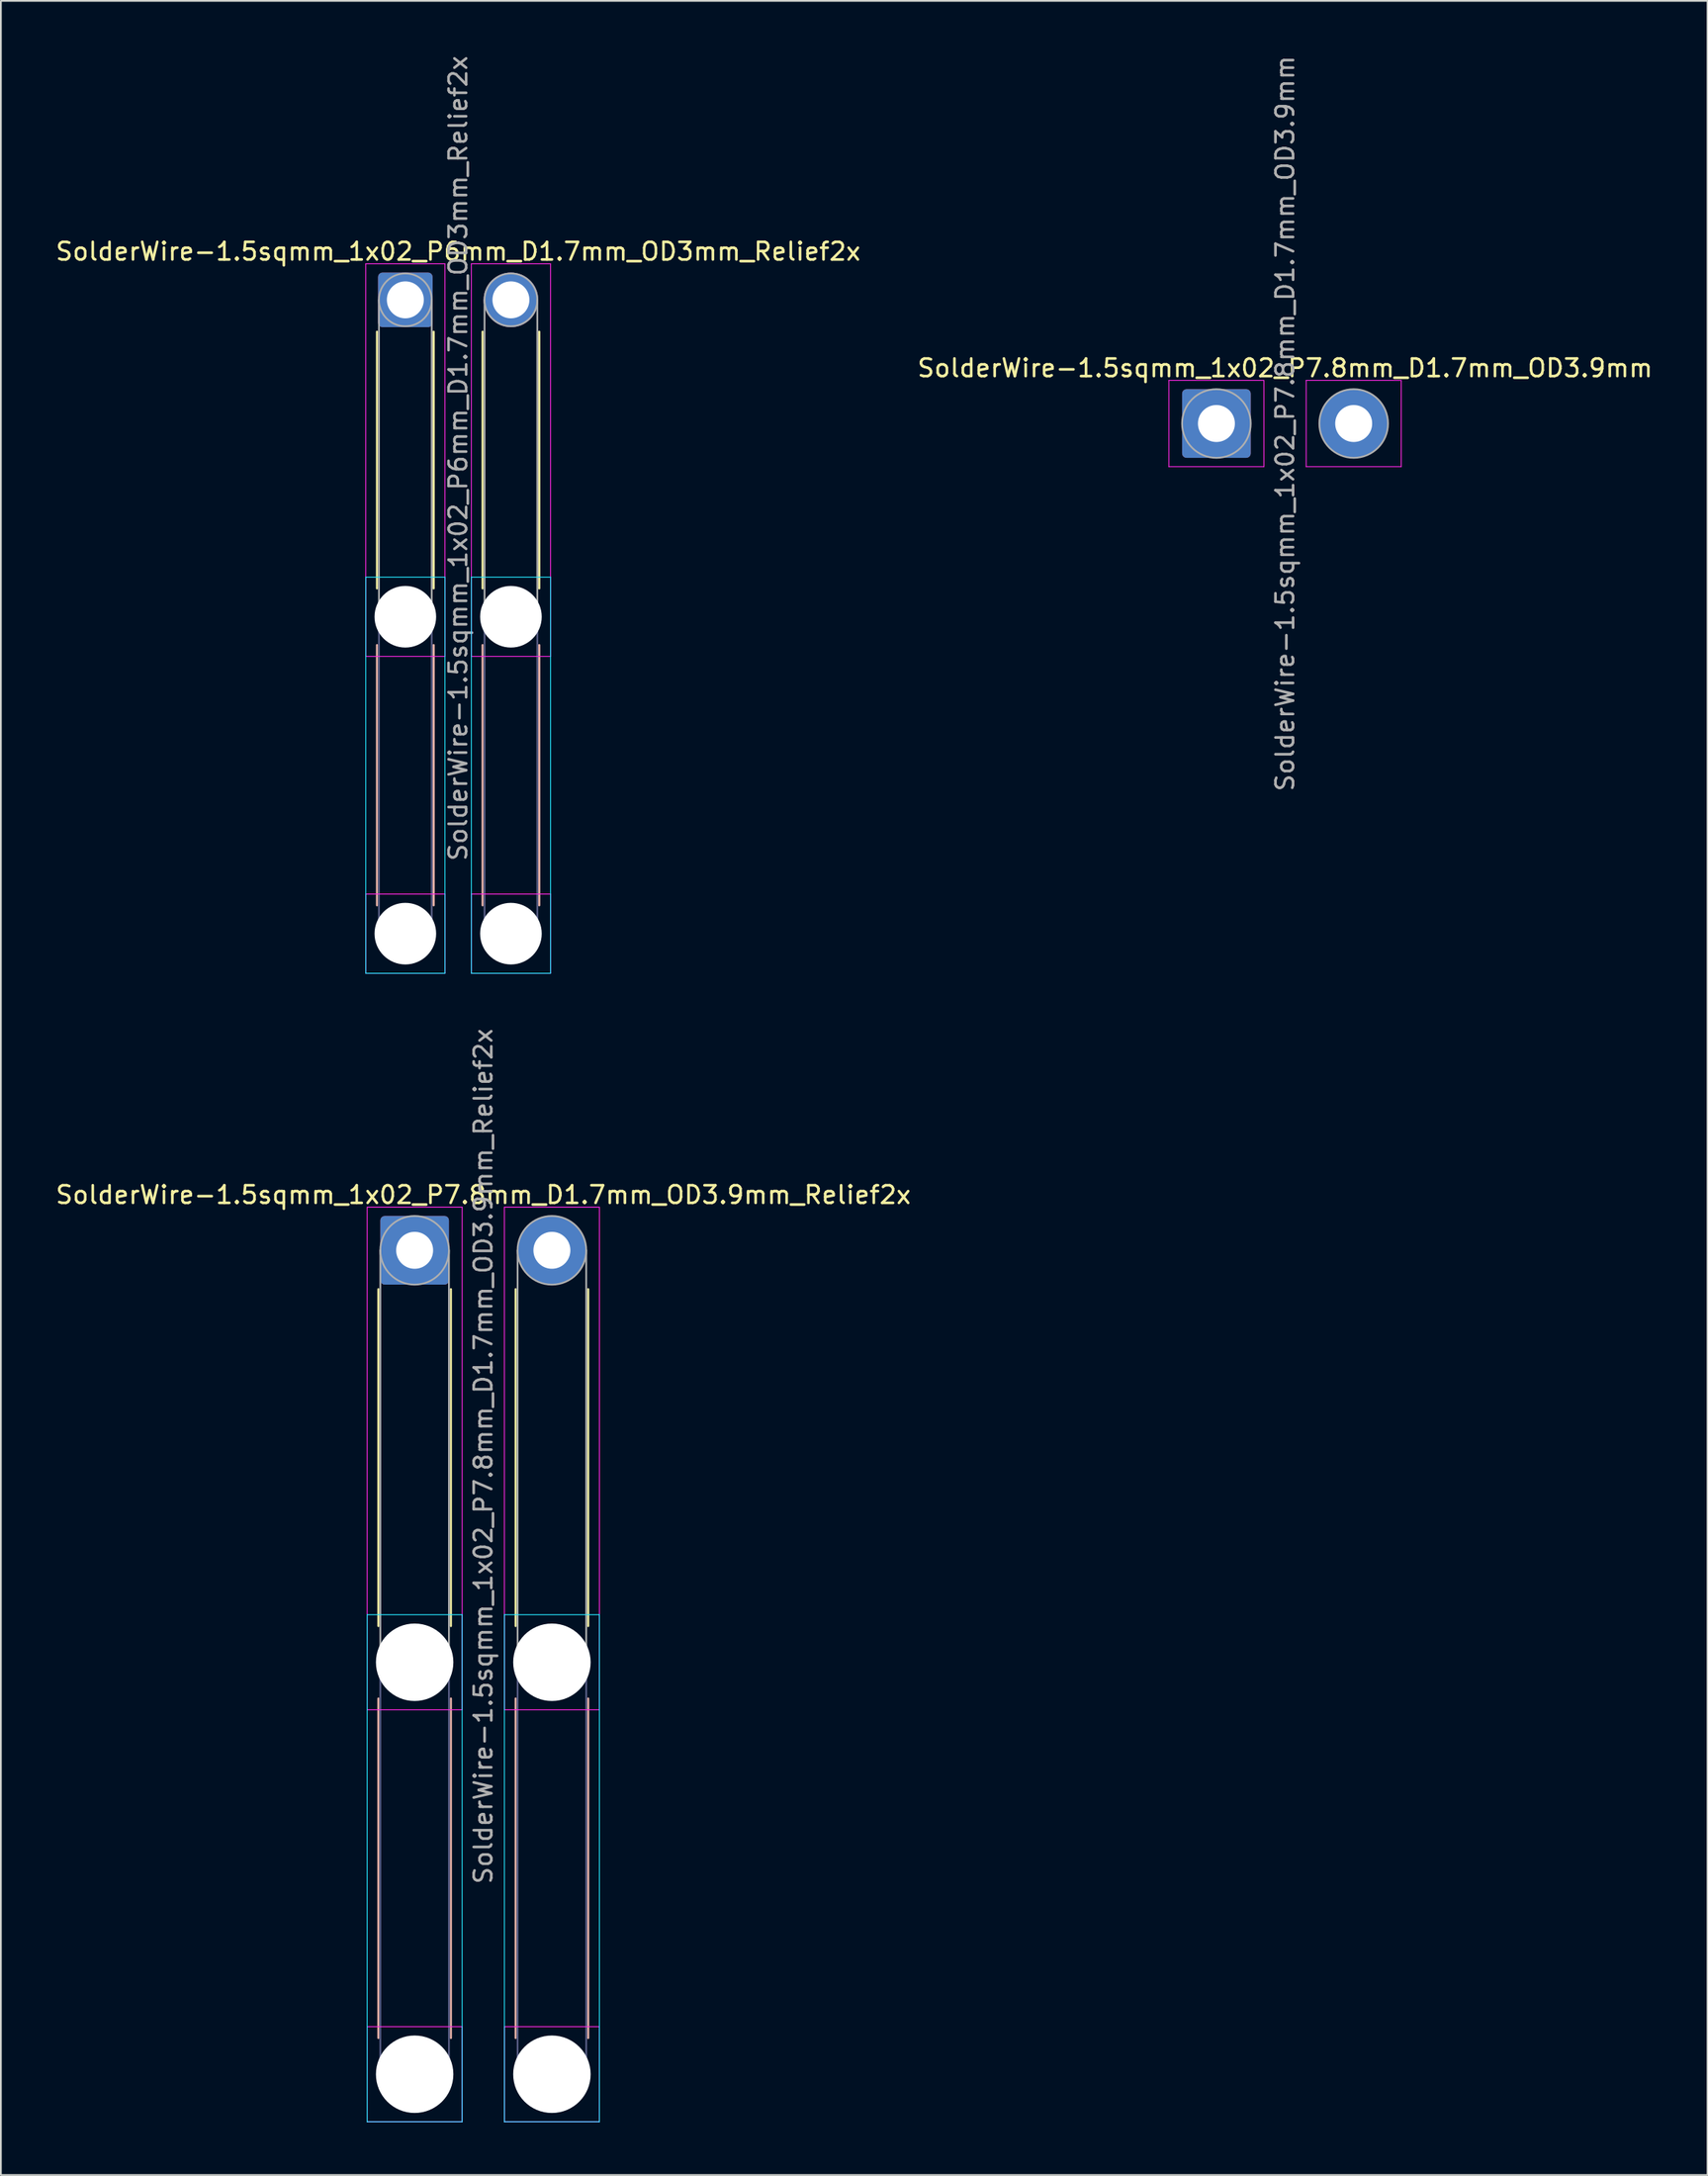
<source format=kicad_pcb>
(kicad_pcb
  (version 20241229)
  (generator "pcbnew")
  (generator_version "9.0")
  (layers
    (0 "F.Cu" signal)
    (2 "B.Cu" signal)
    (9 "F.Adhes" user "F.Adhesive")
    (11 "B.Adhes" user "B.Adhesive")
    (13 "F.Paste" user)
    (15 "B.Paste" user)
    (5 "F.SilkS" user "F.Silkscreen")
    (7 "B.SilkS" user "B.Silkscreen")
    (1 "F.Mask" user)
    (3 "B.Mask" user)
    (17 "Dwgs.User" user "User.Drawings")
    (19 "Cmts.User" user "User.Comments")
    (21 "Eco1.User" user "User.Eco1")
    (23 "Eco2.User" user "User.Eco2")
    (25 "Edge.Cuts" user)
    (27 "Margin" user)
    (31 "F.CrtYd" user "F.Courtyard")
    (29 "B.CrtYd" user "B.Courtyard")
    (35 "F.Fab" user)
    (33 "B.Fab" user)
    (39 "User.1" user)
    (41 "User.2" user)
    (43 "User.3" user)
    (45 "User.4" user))
  (footprint "SolderWire-1.5sqmm_1x02_P7.8mm_D1.7mm_OD3.9mm_Relief2x"
    (layer "F.Cu")
    (at 20.511 67.968)
    (property "Reference" "SolderWire-1.5sqmm_1x02_P7.8mm_D1.7mm_OD3.9mm_Relief2x" (at 3.9 -3.15 0) (layer "F.SilkS") (effects (font (size 1 1) (thickness 0.15))))
    (attr exclude_from_pos_files exclude_from_bom)
    (fp_line (start -2.06 2.21) (end -2.06 21.34) (stroke (width 0.12) (type solid)) (layer "F.SilkS"))
    (fp_line (start 2.06 2.21) (end 2.06 21.34) (stroke (width 0.12) (type solid)) (layer "F.SilkS"))
    (fp_line (start 5.74 2.21) (end 5.74 21.34) (stroke (width 0.12) (type solid)) (layer "F.SilkS"))
    (fp_line (start 9.86 2.21) (end 9.86 21.34) (stroke (width 0.12) (type solid)) (layer "F.SilkS"))
    (fp_line (start -2.06 25.46) (end -2.06 44.74) (stroke (width 0.12) (type solid)) (layer "B.SilkS"))
    (fp_line (start 2.06 25.46) (end 2.06 44.74) (stroke (width 0.12) (type solid)) (layer "B.SilkS"))
    (fp_line (start 5.74 25.46) (end 5.74 44.74) (stroke (width 0.12) (type solid)) (layer "B.SilkS"))
    (fp_line (start 9.86 25.46) (end 9.86 44.74) (stroke (width 0.12) (type solid)) (layer "B.SilkS"))
    (fp_line (start -2.7 20.7) (end -2.7 49.5) (stroke (width 0.05) (type solid)) (layer "B.CrtYd"))
    (fp_line (start -2.7 49.5) (end 2.7 49.5) (stroke (width 0.05) (type solid)) (layer "B.CrtYd"))
    (fp_line (start 2.7 20.7) (end -2.7 20.7) (stroke (width 0.05) (type solid)) (layer "B.CrtYd"))
    (fp_line (start 2.7 49.5) (end 2.7 20.7) (stroke (width 0.05) (type solid)) (layer "B.CrtYd"))
    (fp_line (start 5.1 20.7) (end 5.1 49.5) (stroke (width 0.05) (type solid)) (layer "B.CrtYd"))
    (fp_line (start 5.1 49.5) (end 10.5 49.5) (stroke (width 0.05) (type solid)) (layer "B.CrtYd"))
    (fp_line (start 10.5 20.7) (end 5.1 20.7) (stroke (width 0.05) (type solid)) (layer "B.CrtYd"))
    (fp_line (start 10.5 49.5) (end 10.5 20.7) (stroke (width 0.05) (type solid)) (layer "B.CrtYd"))
    (fp_line (start -2.7 -2.45) (end -2.7 26.1) (stroke (width 0.05) (type solid)) (layer "F.CrtYd"))
    (fp_line (start -2.7 26.1) (end 2.7 26.1) (stroke (width 0.05) (type solid)) (layer "F.CrtYd"))
    (fp_line (start -2.7 44.1) (end -2.7 49.5) (stroke (width 0.05) (type solid)) (layer "F.CrtYd"))
    (fp_line (start -2.7 49.5) (end 2.7 49.5) (stroke (width 0.05) (type solid)) (layer "F.CrtYd"))
    (fp_line (start 2.7 -2.45) (end -2.7 -2.45) (stroke (width 0.05) (type solid)) (layer "F.CrtYd"))
    (fp_line (start 2.7 26.1) (end 2.7 -2.45) (stroke (width 0.05) (type solid)) (layer "F.CrtYd"))
    (fp_line (start 2.7 44.1) (end -2.7 44.1) (stroke (width 0.05) (type solid)) (layer "F.CrtYd"))
    (fp_line (start 2.7 49.5) (end 2.7 44.1) (stroke (width 0.05) (type solid)) (layer "F.CrtYd"))
    (fp_line (start 5.1 -2.45) (end 5.1 26.1) (stroke (width 0.05) (type solid)) (layer "F.CrtYd"))
    (fp_line (start 5.1 26.1) (end 10.5 26.1) (stroke (width 0.05) (type solid)) (layer "F.CrtYd"))
    (fp_line (start 5.1 44.1) (end 5.1 49.5) (stroke (width 0.05) (type solid)) (layer "F.CrtYd"))
    (fp_line (start 5.1 49.5) (end 10.5 49.5) (stroke (width 0.05) (type solid)) (layer "F.CrtYd"))
    (fp_line (start 10.5 -2.45) (end 5.1 -2.45) (stroke (width 0.05) (type solid)) (layer "F.CrtYd"))
    (fp_line (start 10.5 26.1) (end 10.5 -2.45) (stroke (width 0.05) (type solid)) (layer "F.CrtYd"))
    (fp_line (start 10.5 44.1) (end 5.1 44.1) (stroke (width 0.05) (type solid)) (layer "F.CrtYd"))
    (fp_line (start 10.5 49.5) (end 10.5 44.1) (stroke (width 0.05) (type solid)) (layer "F.CrtYd"))
    (fp_line (start -1.95 23.4) (end -1.95 46.8) (stroke (width 0.1) (type solid)) (layer "B.Fab"))
    (fp_line (start 1.95 23.4) (end 1.95 46.8) (stroke (width 0.1) (type solid)) (layer "B.Fab"))
    (fp_line (start 5.85 23.4) (end 5.85 46.8) (stroke (width 0.1) (type solid)) (layer "B.Fab"))
    (fp_line (start 9.75 23.4) (end 9.75 46.8) (stroke (width 0.1) (type solid)) (layer "B.Fab"))
    (fp_circle (center 0 23.4) (end 1.95 23.4) (stroke (width 0.1) (type solid)) (fill no) (layer "B.Fab"))
    (fp_circle (center 0 46.8) (end 1.95 46.8) (stroke (width 0.1) (type solid)) (fill no) (layer "B.Fab"))
    (fp_circle (center 7.8 23.4) (end 9.75 23.4) (stroke (width 0.1) (type solid)) (fill no) (layer "B.Fab"))
    (fp_circle (center 7.8 46.8) (end 9.75 46.8) (stroke (width 0.1) (type solid)) (fill no) (layer "B.Fab"))
    (fp_line (start -1.95 0) (end -1.95 23.4) (stroke (width 0.1) (type solid)) (layer "F.Fab"))
    (fp_line (start 1.95 0) (end 1.95 23.4) (stroke (width 0.1) (type solid)) (layer "F.Fab"))
    (fp_line (start 5.85 0) (end 5.85 23.4) (stroke (width 0.1) (type solid)) (layer "F.Fab"))
    (fp_line (start 9.75 0) (end 9.75 23.4) (stroke (width 0.1) (type solid)) (layer "F.Fab"))
    (fp_circle (center 0 0) (end 1.95 0) (stroke (width 0.1) (type solid)) (fill no) (layer "F.Fab"))
    (fp_circle (center 0 23.4) (end 1.95 23.4) (stroke (width 0.1) (type solid)) (fill no) (layer "F.Fab"))
    (fp_circle (center 0 46.8) (end 1.95 46.8) (stroke (width 0.1) (type solid)) (fill no) (layer "F.Fab"))
    (fp_circle (center 7.8 0) (end 9.75 0) (stroke (width 0.1) (type solid)) (fill no) (layer "F.Fab"))
    (fp_circle (center 7.8 23.4) (end 9.75 23.4) (stroke (width 0.1) (type solid)) (fill no) (layer "F.Fab"))
    (fp_circle (center 7.8 46.8) (end 9.75 46.8) (stroke (width 0.1) (type solid)) (fill no) (layer "F.Fab"))
    (fp_text user "${REFERENCE}" (at 3.9 11.7 90) (layer "F.Fab") (effects (font (size 1 1) (thickness 0.15))))
    (pad "" np_thru_hole circle (at 0 23.4) (size 4.4 4.4) (drill 4.4) (layers "*.Cu" "*.Mask"))
    (pad "" np_thru_hole circle (at 0 46.8) (size 4.4 4.4) (drill 4.4) (layers "*.Cu" "*.Mask"))
    (pad "" np_thru_hole circle (at 7.8 23.4) (size 4.4 4.4) (drill 4.4) (layers "*.Cu" "*.Mask"))
    (pad "" np_thru_hole circle (at 7.8 46.8) (size 4.4 4.4) (drill 4.4) (layers "*.Cu" "*.Mask"))
    (pad "1" thru_hole roundrect (at 0 0) (size 3.9 3.9) (drill 2.1) (layers "*.Cu" "*.Mask") (roundrect_rratio 0.064))
    (pad "2" thru_hole circle (at 7.8 0) (size 3.9 3.9) (drill 2.1) (layers "*.Cu" "*.Mask")))
  (footprint "SolderWire-1.5sqmm_1x02_P6mm_D1.7mm_OD3mm_Relief2x"
    (layer "F.Cu")
    (at 19.982 13.982)
    (property "Reference" "SolderWire-1.5sqmm_1x02_P6mm_D1.7mm_OD3mm_Relief2x" (at 3 -2.75 0) (layer "F.SilkS") (effects (font (size 1 1) (thickness 0.15))))
    (attr exclude_from_pos_files exclude_from_bom)
    (fp_line (start -1.61 1.81) (end -1.61 16.39) (stroke (width 0.12) (type solid)) (layer "F.SilkS"))
    (fp_line (start 1.61 1.81) (end 1.61 16.39) (stroke (width 0.12) (type solid)) (layer "F.SilkS"))
    (fp_line (start 4.39 1.81) (end 4.39 16.39) (stroke (width 0.12) (type solid)) (layer "F.SilkS"))
    (fp_line (start 7.61 1.81) (end 7.61 16.39) (stroke (width 0.12) (type solid)) (layer "F.SilkS"))
    (fp_line (start -1.61 19.61) (end -1.61 34.39) (stroke (width 0.12) (type solid)) (layer "B.SilkS"))
    (fp_line (start 1.61 19.61) (end 1.61 34.39) (stroke (width 0.12) (type solid)) (layer "B.SilkS"))
    (fp_line (start 4.39 19.61) (end 4.39 34.39) (stroke (width 0.12) (type solid)) (layer "B.SilkS"))
    (fp_line (start 7.61 19.61) (end 7.61 34.39) (stroke (width 0.12) (type solid)) (layer "B.SilkS"))
    (fp_line (start -2.25 15.75) (end -2.25 38.25) (stroke (width 0.05) (type solid)) (layer "B.CrtYd"))
    (fp_line (start -2.25 38.25) (end 2.25 38.25) (stroke (width 0.05) (type solid)) (layer "B.CrtYd"))
    (fp_line (start 2.25 15.75) (end -2.25 15.75) (stroke (width 0.05) (type solid)) (layer "B.CrtYd"))
    (fp_line (start 2.25 38.25) (end 2.25 15.75) (stroke (width 0.05) (type solid)) (layer "B.CrtYd"))
    (fp_line (start 3.75 15.75) (end 3.75 38.25) (stroke (width 0.05) (type solid)) (layer "B.CrtYd"))
    (fp_line (start 3.75 38.25) (end 8.25 38.25) (stroke (width 0.05) (type solid)) (layer "B.CrtYd"))
    (fp_line (start 8.25 15.75) (end 3.75 15.75) (stroke (width 0.05) (type solid)) (layer "B.CrtYd"))
    (fp_line (start 8.25 38.25) (end 8.25 15.75) (stroke (width 0.05) (type solid)) (layer "B.CrtYd"))
    (fp_line (start -2.25 -2.05) (end -2.25 20.25) (stroke (width 0.05) (type solid)) (layer "F.CrtYd"))
    (fp_line (start -2.25 20.25) (end 2.25 20.25) (stroke (width 0.05) (type solid)) (layer "F.CrtYd"))
    (fp_line (start -2.25 33.75) (end -2.25 38.25) (stroke (width 0.05) (type solid)) (layer "F.CrtYd"))
    (fp_line (start -2.25 38.25) (end 2.25 38.25) (stroke (width 0.05) (type solid)) (layer "F.CrtYd"))
    (fp_line (start 2.25 -2.05) (end -2.25 -2.05) (stroke (width 0.05) (type solid)) (layer "F.CrtYd"))
    (fp_line (start 2.25 20.25) (end 2.25 -2.05) (stroke (width 0.05) (type solid)) (layer "F.CrtYd"))
    (fp_line (start 2.25 33.75) (end -2.25 33.75) (stroke (width 0.05) (type solid)) (layer "F.CrtYd"))
    (fp_line (start 2.25 38.25) (end 2.25 33.75) (stroke (width 0.05) (type solid)) (layer "F.CrtYd"))
    (fp_line (start 3.75 -2.05) (end 3.75 20.25) (stroke (width 0.05) (type solid)) (layer "F.CrtYd"))
    (fp_line (start 3.75 20.25) (end 8.25 20.25) (stroke (width 0.05) (type solid)) (layer "F.CrtYd"))
    (fp_line (start 3.75 33.75) (end 3.75 38.25) (stroke (width 0.05) (type solid)) (layer "F.CrtYd"))
    (fp_line (start 3.75 38.25) (end 8.25 38.25) (stroke (width 0.05) (type solid)) (layer "F.CrtYd"))
    (fp_line (start 8.25 -2.05) (end 3.75 -2.05) (stroke (width 0.05) (type solid)) (layer "F.CrtYd"))
    (fp_line (start 8.25 20.25) (end 8.25 -2.05) (stroke (width 0.05) (type solid)) (layer "F.CrtYd"))
    (fp_line (start 8.25 33.75) (end 3.75 33.75) (stroke (width 0.05) (type solid)) (layer "F.CrtYd"))
    (fp_line (start 8.25 38.25) (end 8.25 33.75) (stroke (width 0.05) (type solid)) (layer "F.CrtYd"))
    (fp_line (start -1.5 18) (end -1.5 36) (stroke (width 0.1) (type solid)) (layer "B.Fab"))
    (fp_line (start 1.5 18) (end 1.5 36) (stroke (width 0.1) (type solid)) (layer "B.Fab"))
    (fp_line (start 4.5 18) (end 4.5 36) (stroke (width 0.1) (type solid)) (layer "B.Fab"))
    (fp_line (start 7.5 18) (end 7.5 36) (stroke (width 0.1) (type solid)) (layer "B.Fab"))
    (fp_circle (center 0 18) (end 1.5 18) (stroke (width 0.1) (type solid)) (fill no) (layer "B.Fab"))
    (fp_circle (center 0 36) (end 1.5 36) (stroke (width 0.1) (type solid)) (fill no) (layer "B.Fab"))
    (fp_circle (center 6 18) (end 7.5 18) (stroke (width 0.1) (type solid)) (fill no) (layer "B.Fab"))
    (fp_circle (center 6 36) (end 7.5 36) (stroke (width 0.1) (type solid)) (fill no) (layer "B.Fab"))
    (fp_line (start -1.5 0) (end -1.5 18) (stroke (width 0.1) (type solid)) (layer "F.Fab"))
    (fp_line (start 1.5 0) (end 1.5 18) (stroke (width 0.1) (type solid)) (layer "F.Fab"))
    (fp_line (start 4.5 0) (end 4.5 18) (stroke (width 0.1) (type solid)) (layer "F.Fab"))
    (fp_line (start 7.5 0) (end 7.5 18) (stroke (width 0.1) (type solid)) (layer "F.Fab"))
    (fp_circle (center 0 0) (end 1.5 0) (stroke (width 0.1) (type solid)) (fill no) (layer "F.Fab"))
    (fp_circle (center 0 18) (end 1.5 18) (stroke (width 0.1) (type solid)) (fill no) (layer "F.Fab"))
    (fp_circle (center 0 36) (end 1.5 36) (stroke (width 0.1) (type solid)) (fill no) (layer "F.Fab"))
    (fp_circle (center 6 0) (end 7.5 0) (stroke (width 0.1) (type solid)) (fill no) (layer "F.Fab"))
    (fp_circle (center 6 18) (end 7.5 18) (stroke (width 0.1) (type solid)) (fill no) (layer "F.Fab"))
    (fp_circle (center 6 36) (end 7.5 36) (stroke (width 0.1) (type solid)) (fill no) (layer "F.Fab"))
    (fp_text user "${REFERENCE}" (at 3 9 90) (layer "F.Fab") (effects (font (size 1 1) (thickness 0.15))))
    (pad "" np_thru_hole circle (at 0 18) (size 3.5 3.5) (drill 3.5) (layers "*.Cu" "*.Mask"))
    (pad "" np_thru_hole circle (at 0 36) (size 3.5 3.5) (drill 3.5) (layers "*.Cu" "*.Mask"))
    (pad "" np_thru_hole circle (at 6 18) (size 3.5 3.5) (drill 3.5) (layers "*.Cu" "*.Mask"))
    (pad "" np_thru_hole circle (at 6 36) (size 3.5 3.5) (drill 3.5) (layers "*.Cu" "*.Mask"))
    (pad "1" thru_hole roundrect (at 0 0) (size 3.1 3.1) (drill 2.1) (layers "*.Cu" "*.Mask") (roundrect_rratio 0.081))
    (pad "2" thru_hole circle (at 6 0) (size 3.1 3.1) (drill 2.1) (layers "*.Cu" "*.Mask")))
  (footprint "SolderWire-1.5sqmm_1x02_P7.8mm_D1.7mm_OD3.9mm"
    (layer "F.Cu")
    (at 66.07 21.006)
    (property "Reference" "SolderWire-1.5sqmm_1x02_P7.8mm_D1.7mm_OD3.9mm" (at 3.9 -3.15 0) (layer "F.SilkS") (effects (font (size 1 1) (thickness 0.15))))
    (attr exclude_from_pos_files exclude_from_bom)
    (fp_line (start -2.7 -2.45) (end -2.7 2.45) (stroke (width 0.05) (type solid)) (layer "F.CrtYd"))
    (fp_line (start -2.7 2.45) (end 2.7 2.45) (stroke (width 0.05) (type solid)) (layer "F.CrtYd"))
    (fp_line (start 2.7 -2.45) (end -2.7 -2.45) (stroke (width 0.05) (type solid)) (layer "F.CrtYd"))
    (fp_line (start 2.7 2.45) (end 2.7 -2.45) (stroke (width 0.05) (type solid)) (layer "F.CrtYd"))
    (fp_line (start 5.1 -2.45) (end 5.1 2.45) (stroke (width 0.05) (type solid)) (layer "F.CrtYd"))
    (fp_line (start 5.1 2.45) (end 10.5 2.45) (stroke (width 0.05) (type solid)) (layer "F.CrtYd"))
    (fp_line (start 10.5 -2.45) (end 5.1 -2.45) (stroke (width 0.05) (type solid)) (layer "F.CrtYd"))
    (fp_line (start 10.5 2.45) (end 10.5 -2.45) (stroke (width 0.05) (type solid)) (layer "F.CrtYd"))
    (fp_circle (center 0 0) (end 1.95 0) (stroke (width 0.1) (type solid)) (fill no) (layer "F.Fab"))
    (fp_circle (center 7.8 0) (end 9.75 0) (stroke (width 0.1) (type solid)) (fill no) (layer "F.Fab"))
    (fp_text user "${REFERENCE}" (at 3.9 0 90) (layer "F.Fab") (effects (font (size 1 1) (thickness 0.15))))
    (pad "1" thru_hole roundrect (at 0 0) (size 3.9 3.9) (drill 2.1) (layers "*.Cu" "*.Mask") (roundrect_rratio 0.064))
    (pad "2" thru_hole circle (at 7.8 0) (size 3.9 3.9) (drill 2.1) (layers "*.Cu" "*.Mask")))
  (gr_rect
    (start -3 -3)
    (end 93.976 120.493)
    (stroke (width 0.1) (type default))
    (fill no)
    (layer "Edge.Cuts")))
</source>
